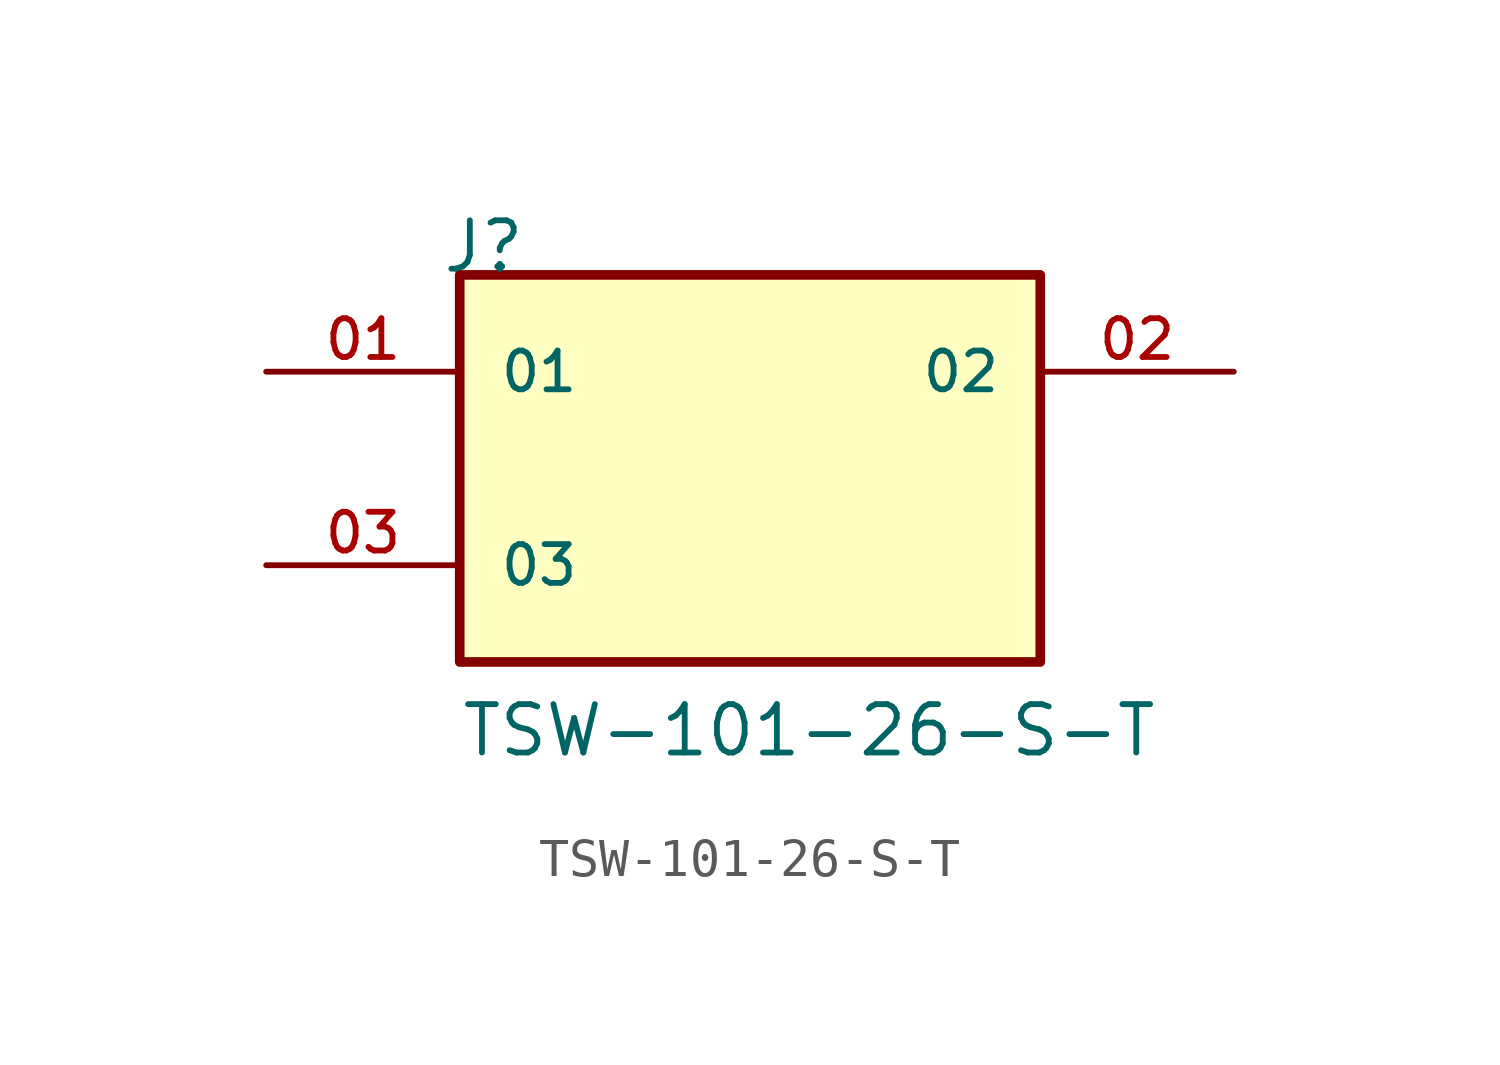
<source format=kicad_sym>
(kicad_symbol_lib
  (version 20211014)
  (generator kicad_symbol_editor)
  (symbol "TSW-101-26-S-T"
    (pin_names
      (offset 1.016))
    (property "Reference" "J"
      (at -8.12 5.08 0)
      (effects (font (size 1.27 1.27)) (justify bottom left)))
    (property "Value" "TSW-101-26-S-T"
      (at -7.62 -7.62 0)
      (effects (font (size 1.27 1.27)) (justify bottom left)))
    (symbol "TSW-101-26-S-T_0_0"
      (rectangle (start -7.62 -5.08) (end 7.62 5.08) (stroke (width 0.254)) (fill (type background)))
      (pin passive line (at -12.7 2.54 0) (length 5.08) (name "01" (effects (font (size 1.016 1.016)))) (number "01" (effects (font (size 1.016 1.016)))))
      (pin passive line (at 12.7 2.54 180.0) (length 5.08) (name "02" (effects (font (size 1.016 1.016)))) (number "02" (effects (font (size 1.016 1.016)))))
      (pin passive line (at -12.7 -2.54 0) (length 5.08) (name "03" (effects (font (size 1.016 1.016)))) (number "03" (effects (font (size 1.016 1.016))))))))
</source>
